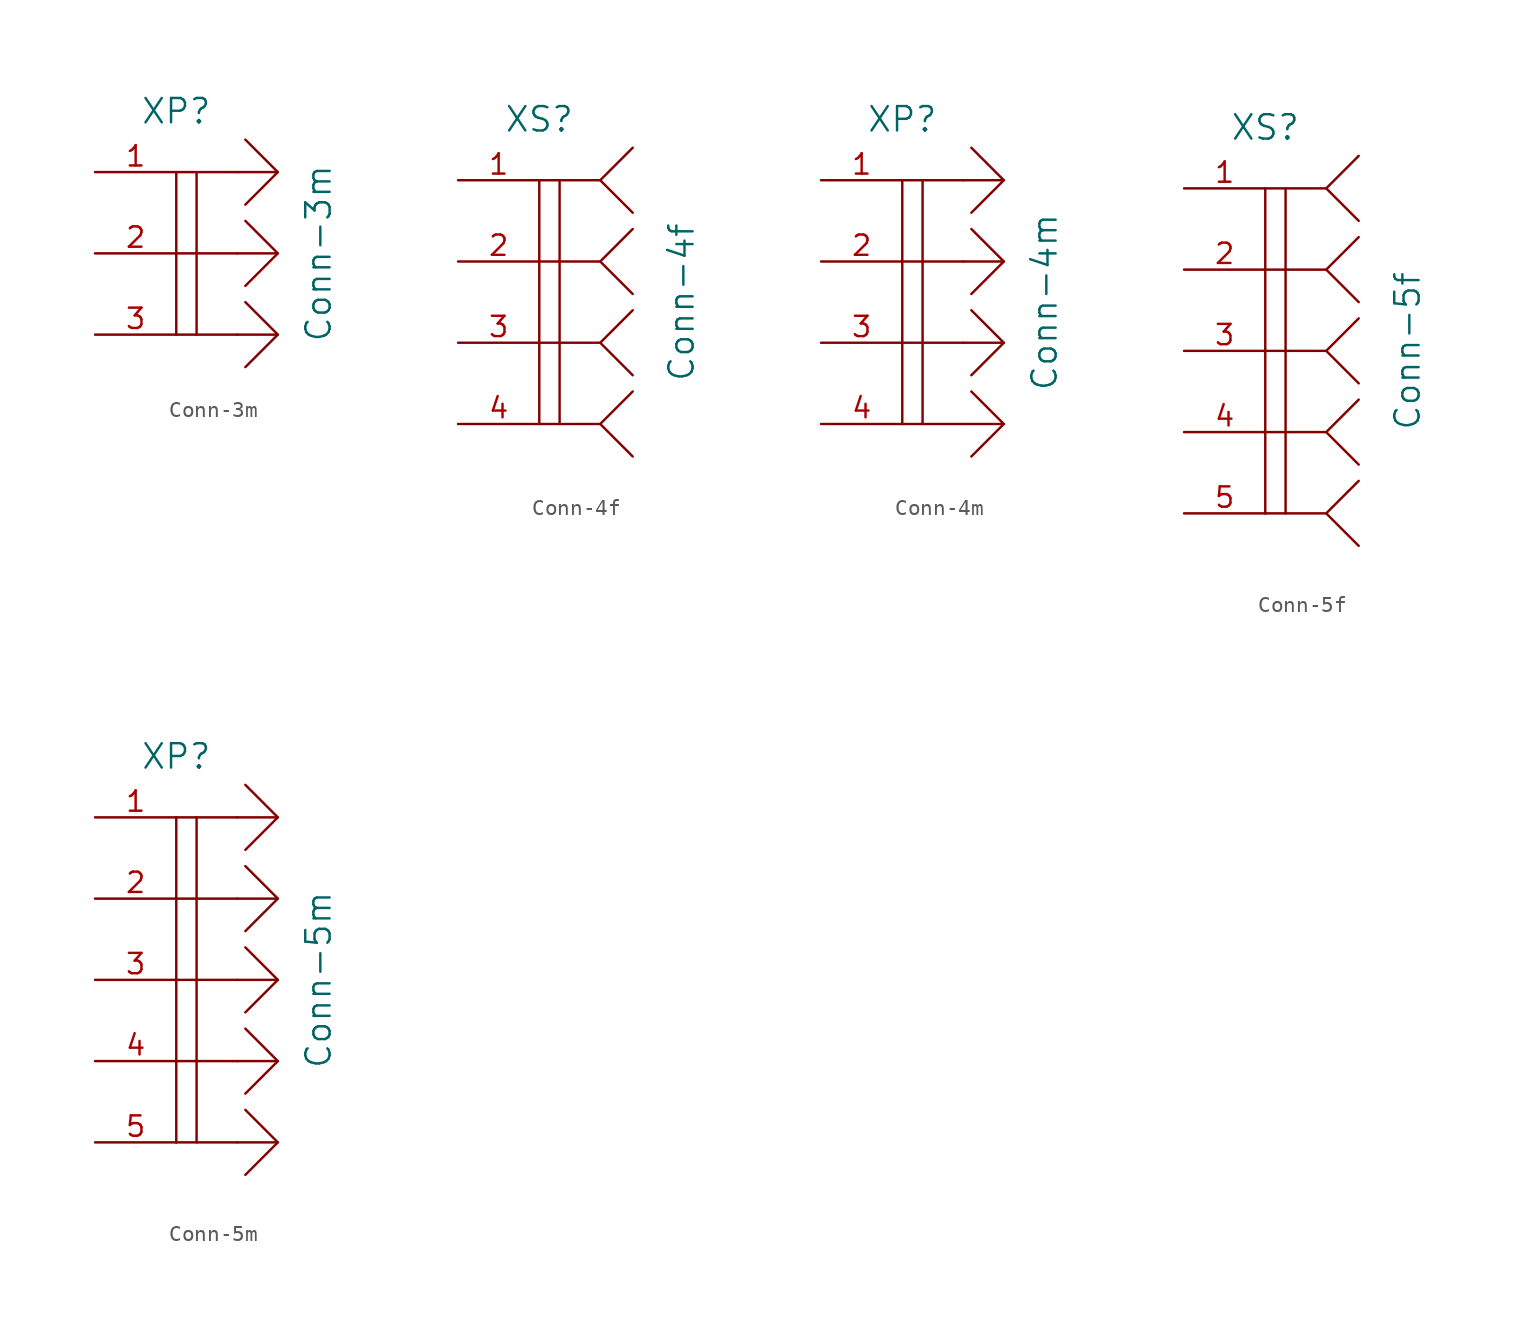
<source format=kicad_sym>
(kicad_symbol_lib
  (version 20220914)
  (generator kicad_symbol_editor)
  (symbol "Conn-3m"
    (pin_names
      (offset 1.016) hide)
    (property "Reference" "XP"
      (at -3.81 8.89 0)
      (do_not_autoplace)
      (effects (font (size 1.524 1.524))))
    (property "Value" "Conn-3m"
      (at 5.08 0 90)
      (do_not_autoplace)
      (effects (font (size 1.524 1.524))))
    (property "Datasheet" ""
      (at 2.54 0 0)
      (effects (font (size 1.524 1.524))))
    (symbol "Conn-3m_0_0"
      (polyline (pts (xy -3.81 0) (xy -3.81 -5.08)) (stroke (width 0) (type solid)) (fill (type none)))
      (polyline (pts (xy -3.81 5.08) (xy -3.81 0)) (stroke (width 0) (type solid)) (fill (type none)))
      (polyline (pts (xy -2.54 0) (xy -2.54 -5.08)) (stroke (width 0) (type solid)) (fill (type none)))
      (polyline (pts (xy -2.54 5.08) (xy -2.54 0)) (stroke (width 0) (type solid)) (fill (type none)))
      (polyline (pts (xy 0 -5.08) (xy -3.81 -5.08)) (stroke (width 0) (type solid)) (fill (type none)))
      (polyline (pts (xy 0 0) (xy -3.81 0)) (stroke (width 0) (type solid)) (fill (type none)))
      (polyline (pts (xy 0 5.08) (xy -3.81 5.08)) (stroke (width 0) (type solid)) (fill (type none)))
      (polyline (pts (xy 2.54 -5.08) (xy 0 -5.08)) (stroke (width 0) (type solid)) (fill (type none)))
      (polyline (pts (xy 2.54 0) (xy 0 0)) (stroke (width 0) (type solid)) (fill (type none)))
      (polyline (pts (xy 2.54 5.08) (xy 0 5.08)) (stroke (width 0) (type solid)) (fill (type none))))
    (symbol "Conn-3m_0_1"
      (polyline (pts (xy 0.508 -3.048) (xy 2.54 -5.08) (xy 0.508 -7.112)) (stroke (width 0) (type solid)) (fill (type none)))
      (polyline (pts (xy 0.508 2.032) (xy 2.54 0) (xy 0.508 -2.032)) (stroke (width 0) (type solid)) (fill (type none)))
      (polyline (pts (xy 0.508 7.112) (xy 2.54 5.08) (xy 0.508 3.048)) (stroke (width 0) (type solid)) (fill (type none))))
    (symbol "Conn-3m_1_1"
      (pin passive line (at -8.89 5.08 0) (length 5.08) (name "~" (effects (font (size 1.27 1.27)))) (number "1" (effects (font (size 1.27 1.27)))))
      (pin passive line (at -8.89 0 0) (length 5.08) (name "~" (effects (font (size 1.27 1.27)))) (number "2" (effects (font (size 1.27 1.27)))))
      (pin passive line (at -8.89 -5.08 0) (length 5.08) (name "~" (effects (font (size 1.27 1.27)))) (number "3" (effects (font (size 1.27 1.27)))))))
  (symbol "Conn-4f"
    (pin_names
      (offset 1.016) hide)
    (property "Reference" "XS"
      (at -3.81 11.43 0)
      (do_not_autoplace)
      (effects (font (size 1.524 1.524))))
    (property "Value" "Conn-4f"
      (at 5.08 0 90)
      (do_not_autoplace)
      (effects (font (size 1.524 1.524))))
    (property "Datasheet" ""
      (at 0 -7.62 0)
      (effects (font (size 1.524 1.524))))
    (symbol "Conn-4f_0_1"
      (polyline (pts (xy -3.81 -2.54) (xy -3.81 -7.62)) (stroke (width 0) (type solid)) (fill (type none)))
      (polyline (pts (xy -3.81 7.62) (xy -3.81 -2.54)) (stroke (width 0) (type solid)) (fill (type none)))
      (polyline (pts (xy -2.54 -2.54) (xy -2.54 -7.62)) (stroke (width 0) (type solid)) (fill (type none)))
      (polyline (pts (xy -2.54 7.62) (xy -2.54 -2.54)) (stroke (width 0) (type solid)) (fill (type none)))
      (polyline (pts (xy 0 -7.62) (xy -3.81 -7.62)) (stroke (width 0) (type solid)) (fill (type none)))
      (polyline (pts (xy 0 -2.54) (xy -3.81 -2.54)) (stroke (width 0) (type solid)) (fill (type none)))
      (polyline (pts (xy 0 2.54) (xy -3.81 2.54)) (stroke (width 0) (type solid)) (fill (type none)))
      (polyline (pts (xy 0 7.62) (xy -3.81 7.62)) (stroke (width 0) (type solid)) (fill (type none)))
      (polyline (pts (xy 2.032 -5.588) (xy 0 -7.62) (xy 2.032 -9.652)) (stroke (width 0) (type solid)) (fill (type none)))
      (polyline (pts (xy 2.032 -0.508) (xy 0 -2.54) (xy 2.032 -4.572)) (stroke (width 0) (type solid)) (fill (type none)))
      (polyline (pts (xy 2.032 4.572) (xy 0 2.54) (xy 2.032 0.508)) (stroke (width 0) (type solid)) (fill (type none)))
      (polyline (pts (xy 2.032 9.652) (xy 0 7.62) (xy 2.032 5.588)) (stroke (width 0) (type solid)) (fill (type none))))
    (symbol "Conn-4f_1_1"
      (pin passive line (at -8.89 7.62 0) (length 5.08) (name "~" (effects (font (size 1.27 1.27)))) (number "1" (effects (font (size 1.27 1.27)))))
      (pin passive line (at -8.89 2.54 0) (length 5.08) (name "~" (effects (font (size 1.27 1.27)))) (number "2" (effects (font (size 1.27 1.27)))))
      (pin passive line (at -8.89 -2.54 0) (length 5.08) (name "~" (effects (font (size 1.27 1.27)))) (number "3" (effects (font (size 1.27 1.27)))))
      (pin passive line (at -8.89 -7.62 0) (length 5.08) (name "~" (effects (font (size 1.27 1.27)))) (number "4" (effects (font (size 1.27 1.27)))))))
  (symbol "Conn-4m"
    (pin_names
      (offset 1.016) hide)
    (property "Reference" "XP"
      (at -3.81 11.43 0)
      (do_not_autoplace)
      (effects (font (size 1.524 1.524))))
    (property "Value" "Conn-4m"
      (at 5.08 0 90)
      (do_not_autoplace)
      (effects (font (size 1.524 1.524))))
    (property "Datasheet" ""
      (at 2.54 2.54 0)
      (effects (font (size 1.524 1.524))))
    (symbol "Conn-4m_0_0"
      (polyline (pts (xy -3.81 -2.54) (xy -3.81 -7.62)) (stroke (width 0) (type solid)) (fill (type none)))
      (polyline (pts (xy -3.81 2.54) (xy -3.81 -2.54)) (stroke (width 0) (type solid)) (fill (type none)))
      (polyline (pts (xy -3.81 7.62) (xy -3.81 2.54)) (stroke (width 0) (type solid)) (fill (type none)))
      (polyline (pts (xy -2.54 -2.54) (xy -2.54 -7.62)) (stroke (width 0) (type solid)) (fill (type none)))
      (polyline (pts (xy -2.54 2.54) (xy -2.54 -2.54)) (stroke (width 0) (type solid)) (fill (type none)))
      (polyline (pts (xy -2.54 7.62) (xy -2.54 2.54)) (stroke (width 0) (type solid)) (fill (type none)))
      (polyline (pts (xy 0 -7.62) (xy -3.81 -7.62)) (stroke (width 0) (type solid)) (fill (type none)))
      (polyline (pts (xy 0 -2.54) (xy -3.81 -2.54)) (stroke (width 0) (type solid)) (fill (type none)))
      (polyline (pts (xy 0 2.54) (xy -3.81 2.54)) (stroke (width 0) (type solid)) (fill (type none)))
      (polyline (pts (xy 0 7.62) (xy -3.81 7.62)) (stroke (width 0) (type solid)) (fill (type none)))
      (polyline (pts (xy 2.54 -7.62) (xy 0 -7.62)) (stroke (width 0) (type solid)) (fill (type none)))
      (polyline (pts (xy 2.54 -2.54) (xy 0 -2.54)) (stroke (width 0) (type solid)) (fill (type none)))
      (polyline (pts (xy 2.54 2.54) (xy 0 2.54)) (stroke (width 0) (type solid)) (fill (type none)))
      (polyline (pts (xy 2.54 7.62) (xy 0 7.62)) (stroke (width 0) (type solid)) (fill (type none))))
    (symbol "Conn-4m_0_1"
      (polyline (pts (xy 0.508 -5.588) (xy 2.54 -7.62) (xy 0.508 -9.652)) (stroke (width 0) (type solid)) (fill (type none)))
      (polyline (pts (xy 0.508 -0.508) (xy 2.54 -2.54) (xy 0.508 -4.572)) (stroke (width 0) (type solid)) (fill (type none)))
      (polyline (pts (xy 0.508 4.572) (xy 2.54 2.54) (xy 0.508 0.508)) (stroke (width 0) (type solid)) (fill (type none)))
      (polyline (pts (xy 0.508 9.652) (xy 2.54 7.62) (xy 0.508 5.588)) (stroke (width 0) (type solid)) (fill (type none))))
    (symbol "Conn-4m_1_1"
      (pin passive line (at -8.89 7.62 0) (length 5.08) (name "~" (effects (font (size 1.27 1.27)))) (number "1" (effects (font (size 1.27 1.27)))))
      (pin passive line (at -8.89 2.54 0) (length 5.08) (name "~" (effects (font (size 1.27 1.27)))) (number "2" (effects (font (size 1.27 1.27)))))
      (pin passive line (at -8.89 -2.54 0) (length 5.08) (name "~" (effects (font (size 1.27 1.27)))) (number "3" (effects (font (size 1.27 1.27)))))
      (pin passive line (at -8.89 -7.62 0) (length 5.08) (name "~" (effects (font (size 1.27 1.27)))) (number "4" (effects (font (size 1.27 1.27)))))))
  (symbol "Conn-5f"
    (pin_names
      (offset 1.016) hide)
    (property "Reference" "XS"
      (at -3.81 13.97 0)
      (do_not_autoplace)
      (effects (font (size 1.524 1.524))))
    (property "Value" "Conn-5f"
      (at 5.08 0 90)
      (do_not_autoplace)
      (effects (font (size 1.524 1.524))))
    (property "Datasheet" ""
      (at 0 -10.16 0)
      (effects (font (size 1.524 1.524))))
    (symbol "Conn-5f_0_1"
      (polyline (pts (xy -3.81 -5.08) (xy -3.81 -10.16)) (stroke (width 0) (type solid)) (fill (type none)))
      (polyline (pts (xy -3.81 0) (xy -3.81 -5.08)) (stroke (width 0) (type solid)) (fill (type none)))
      (polyline (pts (xy -3.81 10.16) (xy -3.81 0)) (stroke (width 0) (type solid)) (fill (type none)))
      (polyline (pts (xy -2.54 -5.08) (xy -2.54 -10.16)) (stroke (width 0) (type solid)) (fill (type none)))
      (polyline (pts (xy -2.54 0) (xy -2.54 -5.08)) (stroke (width 0) (type solid)) (fill (type none)))
      (polyline (pts (xy -2.54 10.16) (xy -2.54 0)) (stroke (width 0) (type solid)) (fill (type none)))
      (polyline (pts (xy 0 -10.16) (xy -3.81 -10.16)) (stroke (width 0) (type solid)) (fill (type none)))
      (polyline (pts (xy 0 -5.08) (xy -3.81 -5.08)) (stroke (width 0) (type solid)) (fill (type none)))
      (polyline (pts (xy 0 0) (xy -3.81 0)) (stroke (width 0) (type solid)) (fill (type none)))
      (polyline (pts (xy 0 5.08) (xy -3.81 5.08)) (stroke (width 0) (type solid)) (fill (type none)))
      (polyline (pts (xy 0 10.16) (xy -3.81 10.16)) (stroke (width 0) (type solid)) (fill (type none)))
      (polyline (pts (xy 2.032 -8.128) (xy 0 -10.16) (xy 2.032 -12.192)) (stroke (width 0) (type solid)) (fill (type none)))
      (polyline (pts (xy 2.032 -3.048) (xy 0 -5.08) (xy 2.032 -7.112)) (stroke (width 0) (type solid)) (fill (type none)))
      (polyline (pts (xy 2.032 2.032) (xy 0 0) (xy 2.032 -2.032)) (stroke (width 0) (type solid)) (fill (type none)))
      (polyline (pts (xy 2.032 7.112) (xy 0 5.08) (xy 2.032 3.048)) (stroke (width 0) (type solid)) (fill (type none)))
      (polyline (pts (xy 2.032 12.192) (xy 0 10.16) (xy 2.032 8.128)) (stroke (width 0) (type solid)) (fill (type none))))
    (symbol "Conn-5f_1_1"
      (pin passive line (at -8.89 10.16 0) (length 5.08) (name "~" (effects (font (size 1.27 1.27)))) (number "1" (effects (font (size 1.27 1.27)))))
      (pin passive line (at -8.89 5.08 0) (length 5.08) (name "~" (effects (font (size 1.27 1.27)))) (number "2" (effects (font (size 1.27 1.27)))))
      (pin passive line (at -8.89 0 0) (length 5.08) (name "~" (effects (font (size 1.27 1.27)))) (number "3" (effects (font (size 1.27 1.27)))))
      (pin passive line (at -8.89 -5.08 0) (length 5.08) (name "~" (effects (font (size 1.27 1.27)))) (number "4" (effects (font (size 1.27 1.27)))))
      (pin passive line (at -8.89 -10.16 0) (length 5.08) (name "~" (effects (font (size 1.27 1.27)))) (number "5" (effects (font (size 1.27 1.27)))))))
  (symbol "Conn-5m"
    (pin_names
      (offset 1.016) hide)
    (property "Reference" "XP"
      (at -3.81 13.97 0)
      (do_not_autoplace)
      (effects (font (size 1.524 1.524))))
    (property "Value" "Conn-5m"
      (at 5.08 0 90)
      (do_not_autoplace)
      (effects (font (size 1.524 1.524))))
    (property "Datasheet" ""
      (at 2.54 5.08 0)
      (effects (font (size 1.524 1.524))))
    (symbol "Conn-5m_0_0"
      (polyline (pts (xy -3.81 -5.08) (xy -3.81 -10.16)) (stroke (width 0) (type solid)) (fill (type none)))
      (polyline (pts (xy -3.81 0) (xy -3.81 -5.08)) (stroke (width 0) (type solid)) (fill (type none)))
      (polyline (pts (xy -3.81 5.08) (xy -3.81 0)) (stroke (width 0) (type solid)) (fill (type none)))
      (polyline (pts (xy -3.81 10.16) (xy -3.81 5.08)) (stroke (width 0) (type solid)) (fill (type none)))
      (polyline (pts (xy -2.54 -5.08) (xy -2.54 -10.16)) (stroke (width 0) (type solid)) (fill (type none)))
      (polyline (pts (xy -2.54 0) (xy -2.54 -5.08)) (stroke (width 0) (type solid)) (fill (type none)))
      (polyline (pts (xy -2.54 5.08) (xy -2.54 0)) (stroke (width 0) (type solid)) (fill (type none)))
      (polyline (pts (xy -2.54 10.16) (xy -2.54 5.08)) (stroke (width 0) (type solid)) (fill (type none)))
      (polyline (pts (xy 0 -10.16) (xy -3.81 -10.16)) (stroke (width 0) (type solid)) (fill (type none)))
      (polyline (pts (xy 0 -5.08) (xy -3.81 -5.08)) (stroke (width 0) (type solid)) (fill (type none)))
      (polyline (pts (xy 0 0) (xy -3.81 0)) (stroke (width 0) (type solid)) (fill (type none)))
      (polyline (pts (xy 0 5.08) (xy -3.81 5.08)) (stroke (width 0) (type solid)) (fill (type none)))
      (polyline (pts (xy 0 10.16) (xy -3.81 10.16)) (stroke (width 0) (type solid)) (fill (type none)))
      (polyline (pts (xy 2.54 -10.16) (xy 0 -10.16)) (stroke (width 0) (type solid)) (fill (type none)))
      (polyline (pts (xy 2.54 -5.08) (xy 0 -5.08)) (stroke (width 0) (type solid)) (fill (type none)))
      (polyline (pts (xy 2.54 0) (xy 0 0)) (stroke (width 0) (type solid)) (fill (type none)))
      (polyline (pts (xy 2.54 5.08) (xy 0 5.08)) (stroke (width 0) (type solid)) (fill (type none)))
      (polyline (pts (xy 2.54 10.16) (xy 0 10.16)) (stroke (width 0) (type solid)) (fill (type none))))
    (symbol "Conn-5m_0_1"
      (polyline (pts (xy 0.508 -8.128) (xy 2.54 -10.16) (xy 0.508 -12.192)) (stroke (width 0) (type solid)) (fill (type none)))
      (polyline (pts (xy 0.508 -3.048) (xy 2.54 -5.08) (xy 0.508 -7.112)) (stroke (width 0) (type solid)) (fill (type none)))
      (polyline (pts (xy 0.508 2.032) (xy 2.54 0) (xy 0.508 -2.032)) (stroke (width 0) (type solid)) (fill (type none)))
      (polyline (pts (xy 0.508 7.112) (xy 2.54 5.08) (xy 0.508 3.048)) (stroke (width 0) (type solid)) (fill (type none)))
      (polyline (pts (xy 0.508 12.192) (xy 2.54 10.16) (xy 0.508 8.128)) (stroke (width 0) (type solid)) (fill (type none))))
    (symbol "Conn-5m_1_1"
      (pin passive line (at -8.89 10.16 0) (length 5.08) (name "~" (effects (font (size 1.27 1.27)))) (number "1" (effects (font (size 1.27 1.27)))))
      (pin passive line (at -8.89 5.08 0) (length 5.08) (name "~" (effects (font (size 1.27 1.27)))) (number "2" (effects (font (size 1.27 1.27)))))
      (pin passive line (at -8.89 0 0) (length 5.08) (name "~" (effects (font (size 1.27 1.27)))) (number "3" (effects (font (size 1.27 1.27)))))
      (pin passive line (at -8.89 -5.08 0) (length 5.08) (name "~" (effects (font (size 1.27 1.27)))) (number "4" (effects (font (size 1.27 1.27)))))
      (pin passive line (at -8.89 -10.16 0) (length 5.08) (name "~" (effects (font (size 1.27 1.27)))) (number "5" (effects (font (size 1.27 1.27))))))))
</source>
